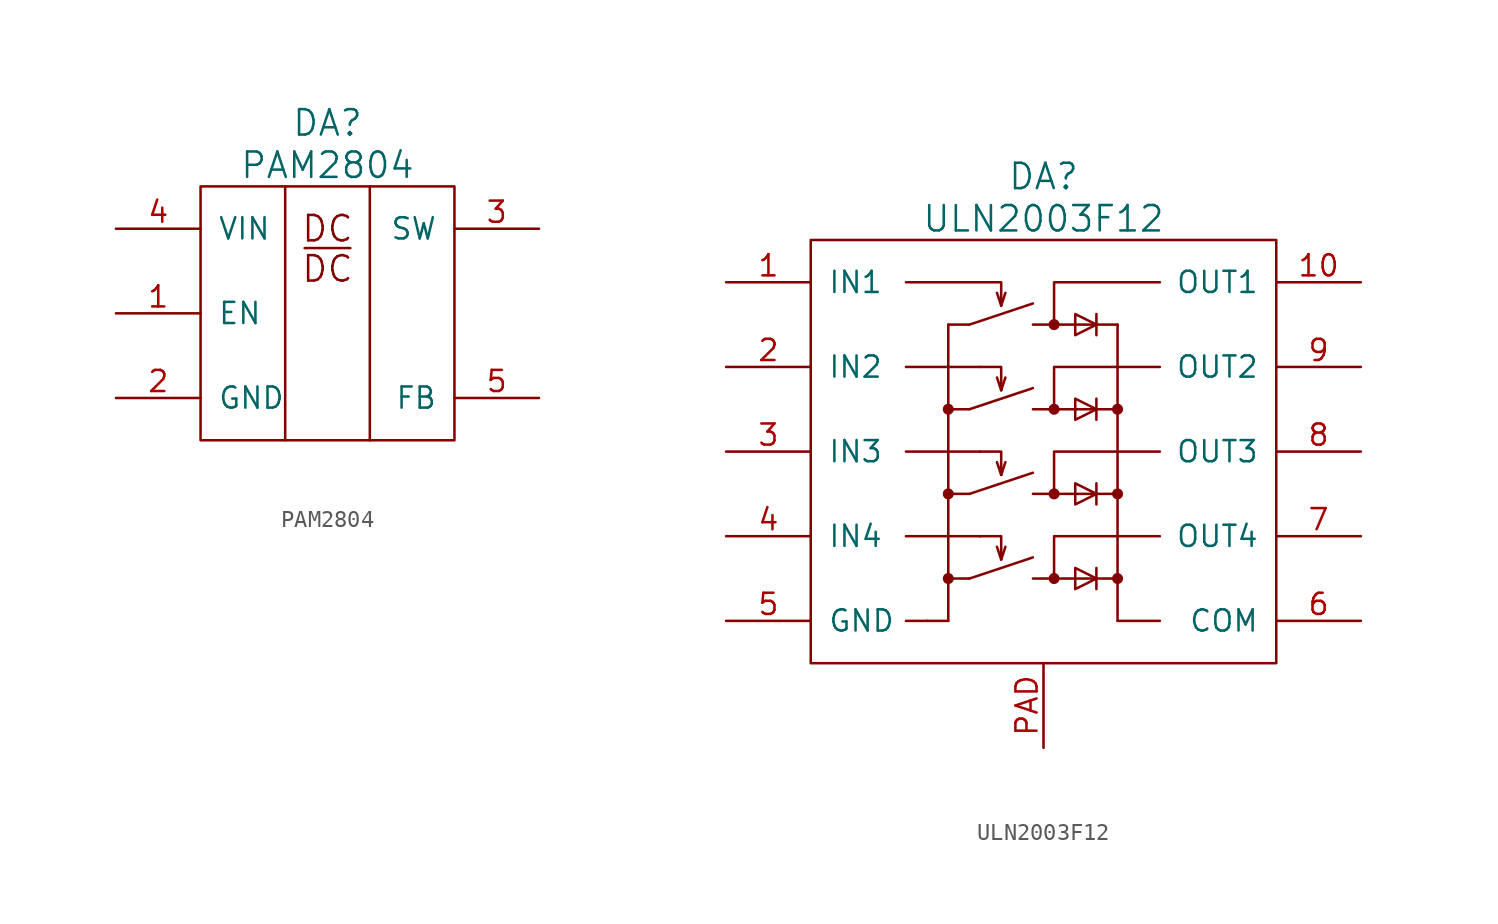
<source format=kicad_sym>
(kicad_symbol_lib
  (version 20220914)
  (generator kicad_symbol_editor)
  (symbol "PAM2804"
    (pin_names
      (offset 1.016))
    (property "Reference" "DA"
      (at 0 11.43 0)
      (effects (font (size 1.524 1.524))))
    (property "Value" "PAM2804"
      (at 0 8.89 0)
      (effects (font (size 1.524 1.524))))
    (property "Datasheet" ""
      (at 0 -8.89 0)
      (effects (font (size 1.524 1.524))))
    (symbol "PAM2804_0_0"
      (text "DC" (at 0 5.08 0) (effects (font (size 1.524 1.524))))
      (text "~{DC}" (at 0 2.667 0) (effects (font (size 1.524 1.524)))))
    (symbol "PAM2804_0_1"
      (rectangle (start -7.62 7.62) (end 7.62 -7.62) (stroke (width 0) (type solid)) (fill (type none)))
      (polyline (pts (xy -2.54 7.62) (xy -2.54 -1.27) (xy -2.54 -7.62)) (stroke (width 0) (type solid)) (fill (type none)))
      (polyline (pts (xy 2.54 -7.62) (xy 2.54 7.62) (xy 2.54 7.62) (xy 2.54 7.62)) (stroke (width 0) (type solid)) (fill (type none))))
    (symbol "PAM2804_1_1"
      (pin input line (at -12.7 0 0) (length 5.08) (name "EN" (effects (font (size 1.27 1.27)))) (number "1" (effects (font (size 1.27 1.27)))))
      (pin power_in line (at -12.7 -5.08 0) (length 5.08) (name "GND" (effects (font (size 1.27 1.27)))) (number "2" (effects (font (size 1.27 1.27)))))
      (pin passive line (at 12.7 5.08 180) (length 5.08) (name "SW" (effects (font (size 1.27 1.27)))) (number "3" (effects (font (size 1.27 1.27)))))
      (pin power_in line (at -12.7 5.08 0) (length 5.08) (name "VIN" (effects (font (size 1.27 1.27)))) (number "4" (effects (font (size 1.27 1.27)))))
      (pin passive line (at 12.7 -5.08 180) (length 5.08) (name "FB" (effects (font (size 1.27 1.27)))) (number "5" (effects (font (size 1.27 1.27)))))))
  (symbol "ULN2003F12"
    (pin_names
      (offset 1.016))
    (property "Reference" "DA"
      (at 0 16.51 0)
      (effects (font (size 1.524 1.524))))
    (property "Value" "ULN2003F12"
      (at 0 13.97 0)
      (effects (font (size 1.524 1.524))))
    (property "Datasheet" ""
      (at 0 19.05 0)
      (effects (font (size 1.524 1.524))))
    (symbol "ULN2003F12_0_1"
      (polyline (pts (xy -6.985 -10.16) (xy -6.985 -10.16)) (stroke (width 0) (type solid)) (fill (type none)))
      (polyline (pts (xy -5.715 -10.16) (xy -8.255 -10.16)) (stroke (width 0) (type solid)) (fill (type none)))
      (polyline (pts (xy -4.445 -7.62) (xy -5.715 -7.62)) (stroke (width 0) (type solid)) (fill (type none)))
      (polyline (pts (xy -4.445 -7.62) (xy -0.635 -6.35)) (stroke (width 0) (type solid)) (fill (type none)))
      (polyline (pts (xy -4.445 -2.54) (xy -5.715 -2.54)) (stroke (width 0) (type solid)) (fill (type none)))
      (polyline (pts (xy -4.445 -2.54) (xy -0.635 -1.27)) (stroke (width 0) (type solid)) (fill (type none)))
      (polyline (pts (xy -4.445 2.54) (xy -5.715 2.54)) (stroke (width 0) (type solid)) (fill (type none)))
      (polyline (pts (xy -4.445 2.54) (xy -0.635 3.81)) (stroke (width 0) (type solid)) (fill (type none)))
      (polyline (pts (xy -4.445 7.62) (xy -5.715 7.62)) (stroke (width 0) (type solid)) (fill (type none)))
      (polyline (pts (xy -4.445 7.62) (xy -0.635 8.89)) (stroke (width 0) (type solid)) (fill (type none)))
      (polyline (pts (xy -3.81 -5.08) (xy -8.255 -5.08)) (stroke (width 0) (type solid)) (fill (type none)))
      (polyline (pts (xy -3.81 0) (xy -8.255 0)) (stroke (width 0) (type solid)) (fill (type none)))
      (polyline (pts (xy -3.81 5.08) (xy -8.255 5.08)) (stroke (width 0) (type solid)) (fill (type none)))
      (polyline (pts (xy 0.635 -7.62) (xy -0.635 -7.62)) (stroke (width 0) (type solid)) (fill (type none)))
      (polyline (pts (xy 0.635 -2.54) (xy -0.635 -2.54)) (stroke (width 0) (type solid)) (fill (type none)))
      (polyline (pts (xy 0.635 2.54) (xy -0.635 2.54)) (stroke (width 0) (type solid)) (fill (type none)))
      (polyline (pts (xy 4.445 -10.16) (xy 6.985 -10.16)) (stroke (width 0) (type solid)) (fill (type none)))
      (rectangle (start 13.97 12.7) (end -13.97 -12.7) (stroke (width 0) (type solid)) (fill (type none))))
    (symbol "ULN2003F12_1_1"
      (circle (center -5.715 -7.62) (radius 0.254) (stroke (width 0) (type solid)) (fill (type outline)))
      (circle (center -5.715 -2.54) (radius 0.254) (stroke (width 0) (type solid)) (fill (type outline)))
      (circle (center -5.715 2.54) (radius 0.254) (stroke (width 0) (type solid)) (fill (type outline)))
      (polyline (pts (xy -5.715 7.62) (xy -5.715 -10.16)) (stroke (width 0) (type solid)) (fill (type none)))
      (polyline (pts (xy -2.54 -6.477) (xy -2.794 -5.715)) (stroke (width 0) (type solid)) (fill (type none)))
      (polyline (pts (xy -2.54 -6.477) (xy -2.286 -5.715)) (stroke (width 0) (type solid)) (fill (type none)))
      (polyline (pts (xy -2.54 -1.397) (xy -2.794 -0.635)) (stroke (width 0) (type solid)) (fill (type none)))
      (polyline (pts (xy -2.54 -1.397) (xy -2.286 -0.635)) (stroke (width 0) (type solid)) (fill (type none)))
      (polyline (pts (xy -2.54 3.683) (xy -2.794 4.445)) (stroke (width 0) (type solid)) (fill (type none)))
      (polyline (pts (xy -2.54 3.683) (xy -2.286 4.445)) (stroke (width 0) (type solid)) (fill (type none)))
      (polyline (pts (xy -2.54 8.763) (xy -2.794 9.525)) (stroke (width 0) (type solid)) (fill (type none)))
      (polyline (pts (xy -2.54 8.763) (xy -2.286 9.525)) (stroke (width 0) (type solid)) (fill (type none)))
      (polyline (pts (xy 0.635 -7.62) (xy 4.445 -7.62)) (stroke (width 0) (type solid)) (fill (type none)))
      (polyline (pts (xy 0.635 -2.54) (xy 4.445 -2.54)) (stroke (width 0) (type solid)) (fill (type none)))
      (polyline (pts (xy 0.635 2.54) (xy 4.445 2.54)) (stroke (width 0) (type solid)) (fill (type none)))
      (polyline (pts (xy 0.635 7.62) (xy -0.635 7.62)) (stroke (width 0) (type solid)) (fill (type none)))
      (polyline (pts (xy 0.635 7.62) (xy 4.445 7.62)) (stroke (width 0) (type solid)) (fill (type none)))
      (polyline (pts (xy 3.175 -6.985) (xy 3.175 -8.255)) (stroke (width 0) (type solid)) (fill (type none)))
      (polyline (pts (xy 3.175 -1.905) (xy 3.175 -3.175)) (stroke (width 0) (type solid)) (fill (type none)))
      (polyline (pts (xy 3.175 3.175) (xy 3.175 1.905)) (stroke (width 0) (type solid)) (fill (type none)))
      (polyline (pts (xy 3.175 8.255) (xy 3.175 6.985)) (stroke (width 0) (type solid)) (fill (type none)))
      (polyline (pts (xy 4.445 7.62) (xy 4.445 -10.16)) (stroke (width 0) (type solid)) (fill (type none)))
      (polyline (pts (xy -2.54 -6.477) (xy -2.54 -5.08) (xy -3.81 -5.08)) (stroke (width 0) (type solid)) (fill (type none)))
      (polyline (pts (xy -2.54 -1.397) (xy -2.54 0) (xy -3.81 0)) (stroke (width 0) (type solid)) (fill (type none)))
      (polyline (pts (xy -2.54 3.683) (xy -2.54 5.08) (xy -3.81 5.08)) (stroke (width 0) (type solid)) (fill (type none)))
      (polyline (pts (xy -2.54 8.763) (xy -2.54 10.16) (xy -8.255 10.16)) (stroke (width 0) (type solid)) (fill (type none)))
      (polyline (pts (xy 6.985 -5.08) (xy 0.635 -5.08) (xy 0.635 -7.62)) (stroke (width 0) (type solid)) (fill (type none)))
      (polyline (pts (xy 6.985 0) (xy 0.635 0) (xy 0.635 -2.54)) (stroke (width 0) (type solid)) (fill (type none)))
      (polyline (pts (xy 6.985 5.08) (xy 0.635 5.08) (xy 0.635 2.54)) (stroke (width 0) (type solid)) (fill (type none)))
      (polyline (pts (xy 6.985 10.16) (xy 0.635 10.16) (xy 0.635 7.62)) (stroke (width 0) (type solid)) (fill (type none)))
      (polyline (pts (xy 1.905 -6.985) (xy 1.905 -8.255) (xy 3.175 -7.62) (xy 1.905 -6.985)) (stroke (width 0) (type solid)) (fill (type none)))
      (polyline (pts (xy 1.905 -1.905) (xy 1.905 -3.175) (xy 3.175 -2.54) (xy 1.905 -1.905)) (stroke (width 0) (type solid)) (fill (type none)))
      (polyline (pts (xy 1.905 3.175) (xy 1.905 1.905) (xy 3.175 2.54) (xy 1.905 3.175)) (stroke (width 0) (type solid)) (fill (type none)))
      (polyline (pts (xy 1.905 8.255) (xy 1.905 6.985) (xy 3.175 7.62) (xy 1.905 8.255)) (stroke (width 0) (type solid)) (fill (type none)))
      (circle (center 0.635 -7.62) (radius 0.254) (stroke (width 0) (type solid)) (fill (type outline)))
      (circle (center 0.635 -2.54) (radius 0.254) (stroke (width 0) (type solid)) (fill (type outline)))
      (circle (center 0.635 2.54) (radius 0.254) (stroke (width 0) (type solid)) (fill (type outline)))
      (circle (center 0.635 7.62) (radius 0.254) (stroke (width 0) (type solid)) (fill (type outline)))
      (circle (center 4.445 -7.62) (radius 0.254) (stroke (width 0) (type solid)) (fill (type outline)))
      (circle (center 4.445 -2.54) (radius 0.254) (stroke (width 0) (type solid)) (fill (type outline)))
      (circle (center 4.445 2.54) (radius 0.254) (stroke (width 0) (type solid)) (fill (type outline)))
      (pin passive line (at -19.05 10.16 0) (length 5.08) (name "IN1" (effects (font (size 1.27 1.27)))) (number "1" (effects (font (size 1.27 1.27)))))
      (pin passive line (at 19.05 10.16 180) (length 5.08) (name "OUT1" (effects (font (size 1.27 1.27)))) (number "10" (effects (font (size 1.27 1.27)))))
      (pin passive line (at -19.05 5.08 0) (length 5.08) (name "IN2" (effects (font (size 1.27 1.27)))) (number "2" (effects (font (size 1.27 1.27)))))
      (pin passive line (at -19.05 0 0) (length 5.08) (name "IN3" (effects (font (size 1.27 1.27)))) (number "3" (effects (font (size 1.27 1.27)))))
      (pin passive line (at -19.05 -5.08 0) (length 5.08) (name "IN4" (effects (font (size 1.27 1.27)))) (number "4" (effects (font (size 1.27 1.27)))))
      (pin power_in line (at -19.05 -10.16 0) (length 5.08) (name "GND" (effects (font (size 1.27 1.27)))) (number "5" (effects (font (size 1.27 1.27)))))
      (pin passive line (at 19.05 -10.16 180) (length 5.08) (name "COM" (effects (font (size 1.27 1.27)))) (number "6" (effects (font (size 1.27 1.27)))))
      (pin passive line (at 19.05 -5.08 180) (length 5.08) (name "OUT4" (effects (font (size 1.27 1.27)))) (number "7" (effects (font (size 1.27 1.27)))))
      (pin passive line (at 19.05 0 180) (length 5.08) (name "OUT3" (effects (font (size 1.27 1.27)))) (number "8" (effects (font (size 1.27 1.27)))))
      (pin passive line (at 19.05 5.08 180) (length 5.08) (name "OUT2" (effects (font (size 1.27 1.27)))) (number "9" (effects (font (size 1.27 1.27)))))
      (pin power_in line (at 0 -17.78 90) (length 5.08) (name "~" (effects (font (size 1.27 1.27)))) (number "PAD" (effects (font (size 1.27 1.27))))))))
</source>
